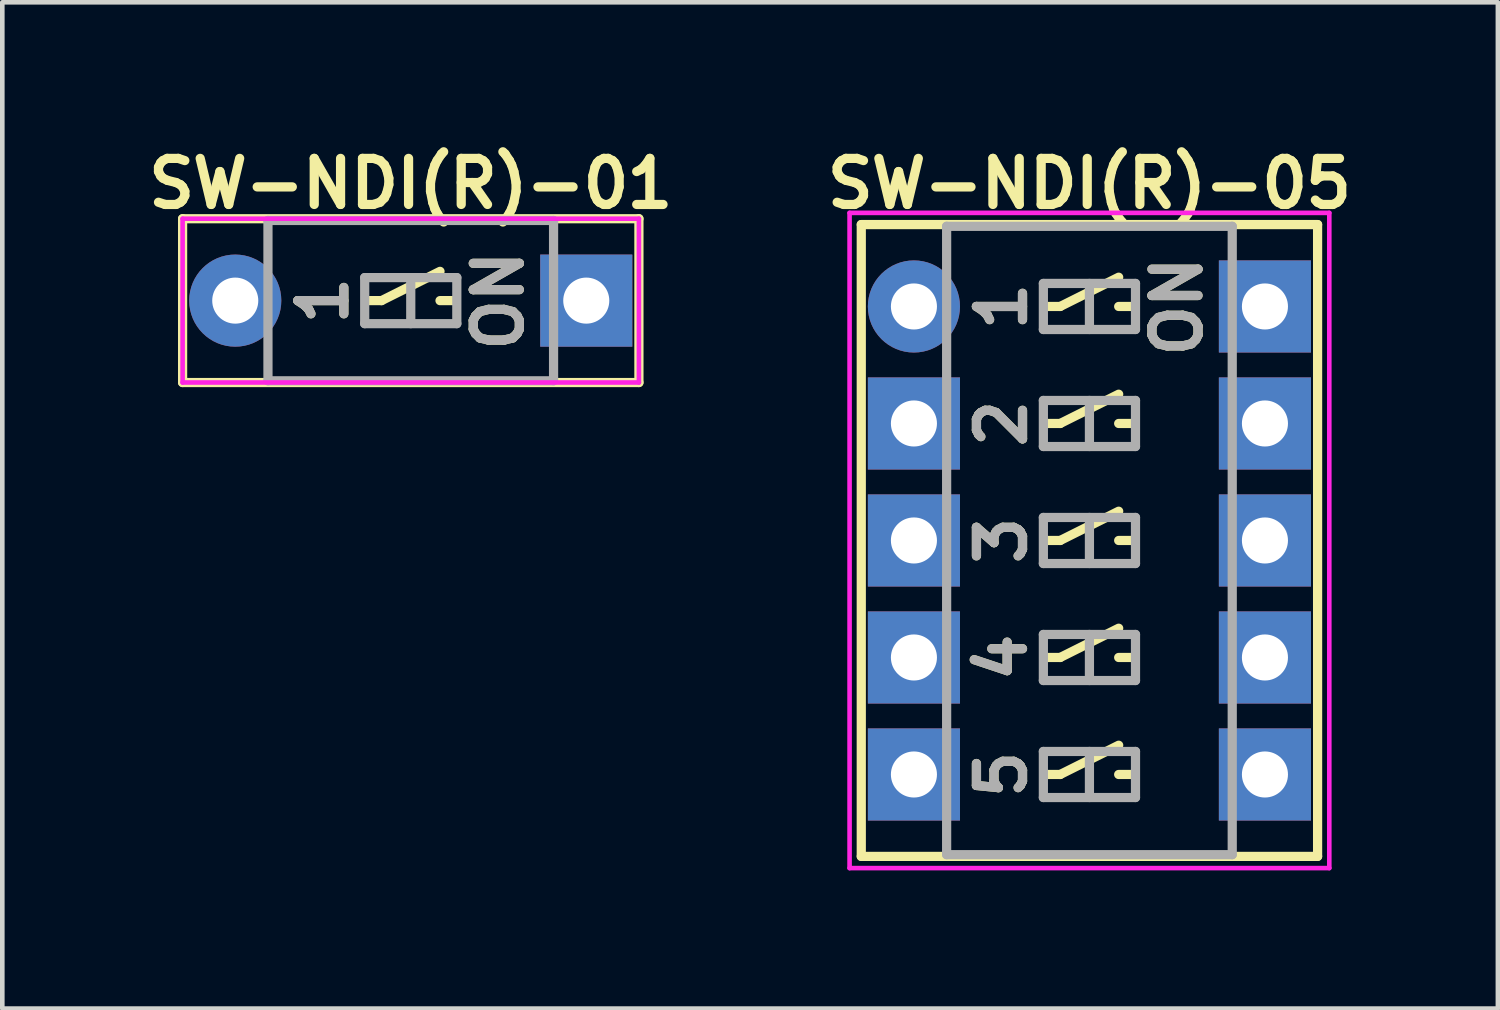
<source format=kicad_pcb>
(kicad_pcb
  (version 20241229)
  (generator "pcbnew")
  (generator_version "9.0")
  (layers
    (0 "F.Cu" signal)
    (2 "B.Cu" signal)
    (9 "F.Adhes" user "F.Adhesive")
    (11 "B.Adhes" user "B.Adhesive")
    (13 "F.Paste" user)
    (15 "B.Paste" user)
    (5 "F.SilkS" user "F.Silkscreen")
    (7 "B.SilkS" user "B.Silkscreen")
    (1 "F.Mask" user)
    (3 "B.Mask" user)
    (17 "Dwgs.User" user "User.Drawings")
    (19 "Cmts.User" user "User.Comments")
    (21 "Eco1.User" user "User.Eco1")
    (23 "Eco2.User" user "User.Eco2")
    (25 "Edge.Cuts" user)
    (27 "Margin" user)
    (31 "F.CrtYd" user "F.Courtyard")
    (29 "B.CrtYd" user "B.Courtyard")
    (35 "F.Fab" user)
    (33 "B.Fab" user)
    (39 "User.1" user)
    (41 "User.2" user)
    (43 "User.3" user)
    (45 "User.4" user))
  (footprint "SW-NDI(R)-01"
    (layer "F.Cu")
    (at 5.867 3.476)
    (property "Reference" "SW-NDI(R)-01" (at 0 -2.54 0) (layer "F.SilkS") (effects (font (size 1 1) (thickness 0.2))))
    (attr through_hole)
    (fp_line (start -4.953 -1.778) (end -4.953 1.778) (stroke (width 0.2) (type solid)) (layer "F.SilkS"))
    (fp_line (start -4.953 -1.778) (end 4.953 -1.778) (stroke (width 0.2) (type solid)) (layer "F.SilkS"))
    (fp_line (start -4.953 1.778) (end 4.953 1.778) (stroke (width 0.2) (type solid)) (layer "F.SilkS"))
    (fp_line (start -0.925 0) (end -0.635 0) (stroke (width 0.2) (type solid)) (layer "F.SilkS"))
    (fp_line (start -0.635 0) (end 0.635 -0.635) (stroke (width 0.2) (type solid)) (layer "F.SilkS"))
    (fp_line (start 0.635 0) (end 0.925 0) (stroke (width 0.2) (type solid)) (layer "F.SilkS"))
    (fp_line (start 4.953 -1.778) (end 4.953 1.778) (stroke (width 0.2) (type solid)) (layer "F.SilkS"))
    (fp_line (start -4.953 -1.778) (end -4.953 1.778) (stroke (width 0.1) (type solid)) (layer "F.CrtYd"))
    (fp_line (start -4.953 -1.778) (end 4.953 -1.778) (stroke (width 0.1) (type solid)) (layer "F.CrtYd"))
    (fp_line (start -4.953 1.778) (end 4.953 1.778) (stroke (width 0.1) (type solid)) (layer "F.CrtYd"))
    (fp_line (start 4.953 -1.778) (end 4.953 1.778) (stroke (width 0.1) (type solid)) (layer "F.CrtYd"))
    (fp_line (start -3.1 -1.74) (end -3.1 1.74) (stroke (width 0.2) (type solid)) (layer "F.Fab"))
    (fp_line (start -3.1 -1.74) (end 3.1 -1.74) (stroke (width 0.2) (type solid)) (layer "F.Fab"))
    (fp_line (start -3.1 1.74) (end 3.1 1.74) (stroke (width 0.2) (type solid)) (layer "F.Fab"))
    (fp_line (start -1 -0.5) (end -1 0.5) (stroke (width 0.2) (type solid)) (layer "F.Fab"))
    (fp_line (start -1 -0.5) (end 1 -0.5) (stroke (width 0.2) (type solid)) (layer "F.Fab"))
    (fp_line (start -1 0.5) (end 1 0.5) (stroke (width 0.2) (type solid)) (layer "F.Fab"))
    (fp_line (start 0 -0.5) (end 0 0.5) (stroke (width 0.2) (type solid)) (layer "F.Fab"))
    (fp_line (start 1 -0.5) (end 1 0.5) (stroke (width 0.2) (type solid)) (layer "F.Fab"))
    (fp_line (start 3.1 -1.74) (end 3.1 1.74) (stroke (width 0.2) (type solid)) (layer "F.Fab"))
    (fp_text user "ON" (at 1.905 0 90) (layer "F.SilkS") (effects (font (size 1 1) (thickness 0.2))))
    (fp_text user "1" (at -1.905 0 90) (layer "F.SilkS") (effects (font (size 1 1) (thickness 0.2))))
    (fp_text user "1" (at -1.905 0 90) (layer "F.Fab") (effects (font (size 1 1) (thickness 0.2))))
    (fp_text user "ON" (at 1.905 0 90) (layer "F.Fab") (effects (font (size 1 1) (thickness 0.2))))
    (pad "COM" thru_hole circle (at -3.81 0) (size 2 2) (drill 1) (layers "*.Cu" "*.Mask"))
    (pad "NO" thru_hole rect (at 3.81 0) (size 2 2) (drill 1) (layers "*.Cu" "*.Mask")))
  (footprint "SW-NDI(R)-05"
    (layer "F.Cu")
    (at 20.6 8.683)
    (property "Reference" "SW-NDI(R)-05" (at 0 -7.747 0) (layer "F.SilkS") (effects (font (size 1 1) (thickness 0.2))))
    (attr through_hole)
    (fp_line (start -4.953 -6.858) (end -4.953 6.858) (stroke (width 0.2) (type solid)) (layer "F.SilkS"))
    (fp_line (start -4.953 -6.858) (end 4.953 -6.858) (stroke (width 0.2) (type solid)) (layer "F.SilkS"))
    (fp_line (start -4.953 6.858) (end 4.953 6.858) (stroke (width 0.2) (type solid)) (layer "F.SilkS"))
    (fp_line (start -0.925 -5.08) (end -0.635 -5.08) (stroke (width 0.2) (type solid)) (layer "F.SilkS"))
    (fp_line (start -0.925 -2.54) (end -0.635 -2.54) (stroke (width 0.2) (type solid)) (layer "F.SilkS"))
    (fp_line (start -0.925 0) (end -0.635 0) (stroke (width 0.2) (type solid)) (layer "F.SilkS"))
    (fp_line (start -0.925 2.54) (end -0.635 2.54) (stroke (width 0.2) (type solid)) (layer "F.SilkS"))
    (fp_line (start -0.925 5.08) (end -0.635 5.08) (stroke (width 0.2) (type solid)) (layer "F.SilkS"))
    (fp_line (start -0.635 -5.08) (end 0.635 -5.715) (stroke (width 0.2) (type solid)) (layer "F.SilkS"))
    (fp_line (start -0.635 -2.54) (end 0.635 -3.175) (stroke (width 0.2) (type solid)) (layer "F.SilkS"))
    (fp_line (start -0.635 0) (end 0.635 -0.635) (stroke (width 0.2) (type solid)) (layer "F.SilkS"))
    (fp_line (start -0.635 2.54) (end 0.635 1.905) (stroke (width 0.2) (type solid)) (layer "F.SilkS"))
    (fp_line (start -0.635 5.08) (end 0.635 4.445) (stroke (width 0.2) (type solid)) (layer "F.SilkS"))
    (fp_line (start 0.635 -5.08) (end 0.925 -5.08) (stroke (width 0.2) (type solid)) (layer "F.SilkS"))
    (fp_line (start 0.635 -2.54) (end 0.925 -2.54) (stroke (width 0.2) (type solid)) (layer "F.SilkS"))
    (fp_line (start 0.635 0) (end 0.925 0) (stroke (width 0.2) (type solid)) (layer "F.SilkS"))
    (fp_line (start 0.635 2.54) (end 0.925 2.54) (stroke (width 0.2) (type solid)) (layer "F.SilkS"))
    (fp_line (start 0.635 5.08) (end 0.925 5.08) (stroke (width 0.2) (type solid)) (layer "F.SilkS"))
    (fp_line (start 4.953 -6.858) (end 4.953 6.858) (stroke (width 0.2) (type solid)) (layer "F.SilkS"))
    (fp_line (start -5.207 -7.112) (end -5.207 7.112) (stroke (width 0.1) (type solid)) (layer "F.CrtYd"))
    (fp_line (start -5.207 -7.112) (end 5.207 -7.112) (stroke (width 0.1) (type solid)) (layer "F.CrtYd"))
    (fp_line (start -5.207 7.112) (end 5.207 7.112) (stroke (width 0.1) (type solid)) (layer "F.CrtYd"))
    (fp_line (start 5.207 -7.112) (end 5.207 7.112) (stroke (width 0.1) (type solid)) (layer "F.CrtYd"))
    (fp_line (start -3.1 -6.82) (end -3.1 6.82) (stroke (width 0.2) (type solid)) (layer "F.Fab"))
    (fp_line (start -3.1 -6.82) (end 3.1 -6.82) (stroke (width 0.2) (type solid)) (layer "F.Fab"))
    (fp_line (start -3.1 6.82) (end 3.1 6.82) (stroke (width 0.2) (type solid)) (layer "F.Fab"))
    (fp_line (start -1 -5.58) (end 1 -5.58) (stroke (width 0.2) (type solid)) (layer "F.Fab"))
    (fp_line (start -1 -4.58) (end -1 -5.58) (stroke (width 0.2) (type solid)) (layer "F.Fab"))
    (fp_line (start -1 -4.58) (end 1 -4.58) (stroke (width 0.2) (type solid)) (layer "F.Fab"))
    (fp_line (start -1 -3.04) (end 1 -3.04) (stroke (width 0.2) (type solid)) (layer "F.Fab"))
    (fp_line (start -1 -2.04) (end -1 -3.04) (stroke (width 0.2) (type solid)) (layer "F.Fab"))
    (fp_line (start -1 -2.04) (end 1 -2.04) (stroke (width 0.2) (type solid)) (layer "F.Fab"))
    (fp_line (start -1 -0.5) (end 1 -0.5) (stroke (width 0.2) (type solid)) (layer "F.Fab"))
    (fp_line (start -1 0.5) (end -1 -0.5) (stroke (width 0.2) (type solid)) (layer "F.Fab"))
    (fp_line (start -1 0.5) (end 1 0.5) (stroke (width 0.2) (type solid)) (layer "F.Fab"))
    (fp_line (start -1 2.04) (end 1 2.04) (stroke (width 0.2) (type solid)) (layer "F.Fab"))
    (fp_line (start -1 3.04) (end -1 2.04) (stroke (width 0.2) (type solid)) (layer "F.Fab"))
    (fp_line (start -1 3.04) (end 1 3.04) (stroke (width 0.2) (type solid)) (layer "F.Fab"))
    (fp_line (start -1 4.58) (end 1 4.58) (stroke (width 0.2) (type solid)) (layer "F.Fab"))
    (fp_line (start -1 5.58) (end -1 4.58) (stroke (width 0.2) (type solid)) (layer "F.Fab"))
    (fp_line (start -1 5.58) (end 1 5.58) (stroke (width 0.2) (type solid)) (layer "F.Fab"))
    (fp_line (start 0 -5.58) (end 0 -4.58) (stroke (width 0.2) (type solid)) (layer "F.Fab"))
    (fp_line (start 0 -3.04) (end 0 -2.04) (stroke (width 0.2) (type solid)) (layer "F.Fab"))
    (fp_line (start 0 -0.5) (end 0 0.5) (stroke (width 0.2) (type solid)) (layer "F.Fab"))
    (fp_line (start 0 2.04) (end 0 3.04) (stroke (width 0.2) (type solid)) (layer "F.Fab"))
    (fp_line (start 0 4.58) (end 0 5.58) (stroke (width 0.2) (type solid)) (layer "F.Fab"))
    (fp_line (start 1 -5.58) (end 1 -4.58) (stroke (width 0.2) (type solid)) (layer "F.Fab"))
    (fp_line (start 1 -3.04) (end 1 -2.04) (stroke (width 0.2) (type solid)) (layer "F.Fab"))
    (fp_line (start 1 -0.5) (end 1 0.5) (stroke (width 0.2) (type solid)) (layer "F.Fab"))
    (fp_line (start 1 2.04) (end 1 3.04) (stroke (width 0.2) (type solid)) (layer "F.Fab"))
    (fp_line (start 1 4.58) (end 1 5.58) (stroke (width 0.2) (type solid)) (layer "F.Fab"))
    (fp_line (start 3.1 -6.82) (end 3.1 6.82) (stroke (width 0.2) (type solid)) (layer "F.Fab"))
    (fp_text user "5" (at -1.905 5.08 90) (layer "F.SilkS") (effects (font (size 1 1) (thickness 0.2))))
    (fp_text user "4" (at -1.905 2.54 90) (layer "F.SilkS") (effects (font (size 1 1) (thickness 0.2))))
    (fp_text user "ON" (at 1.905 -5.08 90) (layer "F.SilkS") (effects (font (size 1 1) (thickness 0.2))))
    (fp_text user "1" (at -1.905 -5.08 90) (layer "F.SilkS") (effects (font (size 1 1) (thickness 0.2))))
    (fp_text user "2" (at -1.905 -2.54 90) (layer "F.SilkS") (effects (font (size 1 1) (thickness 0.2))))
    (fp_text user "3" (at -1.905 0 90) (layer "F.SilkS") (effects (font (size 1 1) (thickness 0.2))))
    (fp_text user "1" (at -1.905 -5.08 90) (layer "F.Fab") (effects (font (size 1 1) (thickness 0.2))))
    (fp_text user "ON" (at 1.905 -5.08 90) (layer "F.Fab") (effects (font (size 1 1) (thickness 0.2))))
    (fp_text user "2" (at -1.905 -2.54 90) (layer "F.Fab") (effects (font (size 1 1) (thickness 0.2))))
    (fp_text user "3" (at -1.905 0 90) (layer "F.Fab") (effects (font (size 1 1) (thickness 0.2))))
    (fp_text user "5" (at -1.905 5.08 90) (layer "F.Fab") (effects (font (size 1 1) (thickness 0.2))))
    (fp_text user "4" (at -1.905 2.54 90) (layer "F.Fab") (effects (font (size 1 1) (thickness 0.2))))
    (pad "1" thru_hole circle (at -3.81 -5.08) (size 2 2) (drill 1) (layers "*.Cu" "*.Mask"))
    (pad "2" thru_hole rect (at -3.81 -2.54) (size 2 2) (drill 1) (layers "*.Cu" "*.Mask"))
    (pad "3" thru_hole rect (at -3.81 0) (size 2 2) (drill 1) (layers "*.Cu" "*.Mask"))
    (pad "4" thru_hole rect (at -3.81 2.54) (size 2 2) (drill 1) (layers "*.Cu" "*.Mask"))
    (pad "5" thru_hole rect (at -3.81 5.08) (size 2 2) (drill 1) (layers "*.Cu" "*.Mask"))
    (pad "6" thru_hole rect (at 3.81 5.08) (size 2 2) (drill 1) (layers "*.Cu" "*.Mask"))
    (pad "7" thru_hole rect (at 3.81 2.54) (size 2 2) (drill 1) (layers "*.Cu" "*.Mask"))
    (pad "8" thru_hole rect (at 3.81 0) (size 2 2) (drill 1) (layers "*.Cu" "*.Mask"))
    (pad "9" thru_hole rect (at 3.81 -2.54) (size 2 2) (drill 1) (layers "*.Cu" "*.Mask"))
    (pad "10" thru_hole rect (at 3.81 -5.08) (size 2 2) (drill 1) (layers "*.Cu" "*.Mask")))
  (gr_rect
    (start -3 -3)
    (end 29.467 18.845)
    (stroke (width 0.1) (type default))
    (fill no)
    (layer "Edge.Cuts")))
</source>
